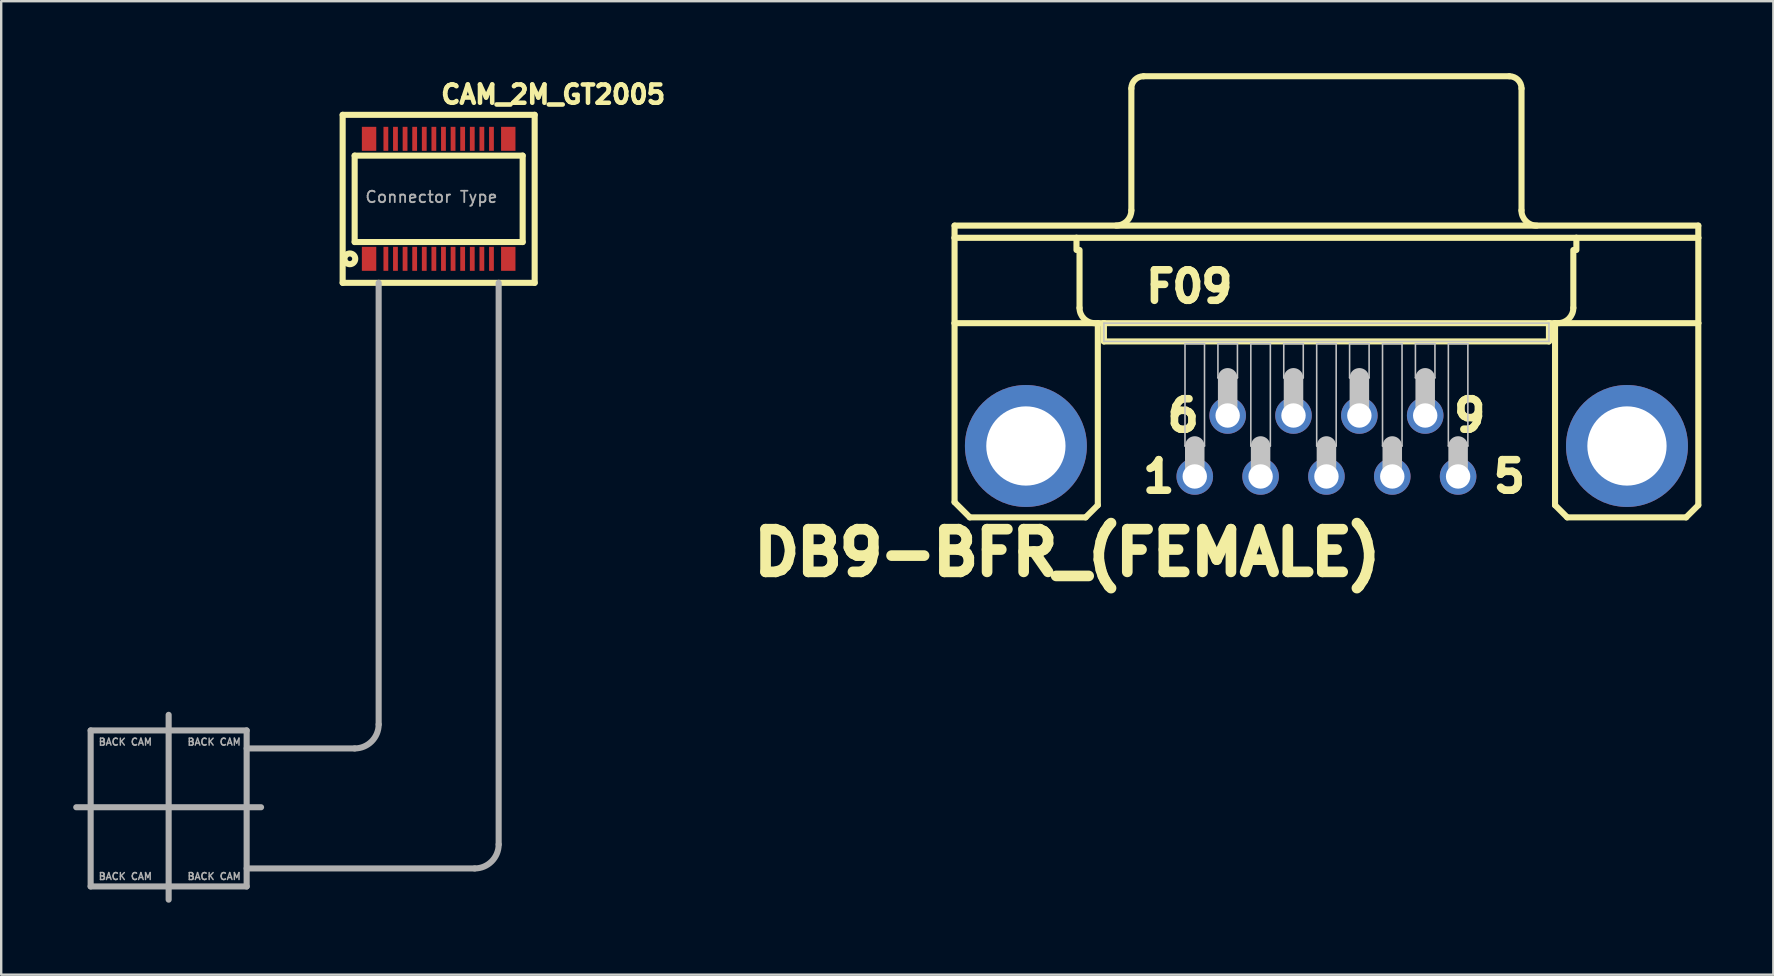
<source format=kicad_pcb>
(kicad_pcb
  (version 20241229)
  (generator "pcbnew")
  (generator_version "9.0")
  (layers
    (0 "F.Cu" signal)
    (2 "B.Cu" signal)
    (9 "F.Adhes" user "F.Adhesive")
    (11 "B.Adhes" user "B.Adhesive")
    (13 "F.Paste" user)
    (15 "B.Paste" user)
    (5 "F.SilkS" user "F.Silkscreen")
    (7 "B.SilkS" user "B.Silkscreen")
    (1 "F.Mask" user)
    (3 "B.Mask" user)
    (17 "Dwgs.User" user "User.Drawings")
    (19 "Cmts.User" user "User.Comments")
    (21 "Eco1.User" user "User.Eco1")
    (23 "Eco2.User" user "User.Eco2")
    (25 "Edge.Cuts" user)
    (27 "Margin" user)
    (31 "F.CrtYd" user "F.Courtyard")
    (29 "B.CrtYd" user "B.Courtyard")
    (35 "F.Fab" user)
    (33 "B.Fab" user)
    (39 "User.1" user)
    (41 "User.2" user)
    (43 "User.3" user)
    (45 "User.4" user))
  (footprint "DB9-BFR_(FEMALE)"
    (layer "F.Cu")
    (at 52.216 15.532)
    (property "Reference" "DB9-BFR_(FEMALE)" (at -10.795 4.445 0) (layer "F.SilkS") (effects (font (size 1.778 1.778) (thickness 0.445))))
    (attr through_hole)
    (fp_line (start -15.494 -9.182) (end 15.494 -9.182) (stroke (width 0.066) (type solid)) (layer "F.SilkS"))
    (fp_line (start -15.494 -9.182) (end 15.494 -9.182) (stroke (width 0.254) (type solid)) (layer "F.SilkS"))
    (fp_line (start -15.494 -8.674) (end -15.494 -9.182) (stroke (width 0.066) (type solid)) (layer "F.SilkS"))
    (fp_line (start -15.494 -8.674) (end -15.494 -9.182) (stroke (width 0.254) (type solid)) (layer "F.SilkS"))
    (fp_line (start -15.494 -8.674) (end -10.414 -8.674) (stroke (width 0.254) (type solid)) (layer "F.SilkS"))
    (fp_line (start -15.494 -8.674) (end 15.494 -8.674) (stroke (width 0.066) (type solid)) (layer "F.SilkS"))
    (fp_line (start -15.494 -5.118) (end -15.494 -8.674) (stroke (width 0.254) (type solid)) (layer "F.SilkS"))
    (fp_line (start -15.494 -5.118) (end -9.525 -5.118) (stroke (width 0.254) (type solid)) (layer "F.SilkS"))
    (fp_line (start -15.494 2.339) (end -15.494 -5.118) (stroke (width 0.254) (type solid)) (layer "F.SilkS"))
    (fp_line (start -14.859 2.974) (end -15.494 2.339) (stroke (width 0.254) (type solid)) (layer "F.SilkS"))
    (fp_line (start -10.414 -8.674) (end 10.414 -8.674) (stroke (width 0.254) (type solid)) (layer "F.SilkS"))
    (fp_line (start -10.414 -8.166) (end -10.414 -8.674) (stroke (width 0.254) (type solid)) (layer "F.SilkS"))
    (fp_line (start -10.414 -8.166) (end -10.287 -8.166) (stroke (width 0.152) (type solid)) (layer "F.SilkS"))
    (fp_line (start -10.287 -5.753) (end -10.287 -8.166) (stroke (width 0.254) (type solid)) (layer "F.SilkS"))
    (fp_line (start -10.033 2.974) (end -14.859 2.974) (stroke (width 0.254) (type solid)) (layer "F.SilkS"))
    (fp_line (start -10.033 2.974) (end -9.525 2.466) (stroke (width 0.254) (type solid)) (layer "F.SilkS"))
    (fp_line (start -9.525 -5.118) (end -9.271 -5.118) (stroke (width 0.254) (type solid)) (layer "F.SilkS"))
    (fp_line (start -9.525 2.466) (end -9.525 -5.118) (stroke (width 0.254) (type solid)) (layer "F.SilkS"))
    (fp_line (start -9.271 -5.118) (end -9.271 -4.356) (stroke (width 0.254) (type solid)) (layer "F.SilkS"))
    (fp_line (start -9.271 -5.118) (end 9.271 -5.118) (stroke (width 0.254) (type solid)) (layer "F.SilkS"))
    (fp_line (start -9.271 -4.356) (end 9.271 -4.356) (stroke (width 0.254) (type solid)) (layer "F.SilkS"))
    (fp_line (start -8.128 -9.817) (end -8.128 -14.897) (stroke (width 0.254) (type solid)) (layer "F.SilkS"))
    (fp_line (start -7.62 -15.405) (end 7.62 -15.405) (stroke (width 0.254) (type solid)) (layer "F.SilkS"))
    (fp_line (start 8.128 -9.817) (end 8.128 -14.897) (stroke (width 0.254) (type solid)) (layer "F.SilkS"))
    (fp_line (start 9.271 -5.118) (end 9.271 -4.356) (stroke (width 0.254) (type solid)) (layer "F.SilkS"))
    (fp_line (start 9.271 -5.118) (end 9.525 -5.118) (stroke (width 0.254) (type solid)) (layer "F.SilkS"))
    (fp_line (start 9.525 -5.118) (end 15.494 -5.118) (stroke (width 0.254) (type solid)) (layer "F.SilkS"))
    (fp_line (start 9.525 2.466) (end 9.525 -5.118) (stroke (width 0.254) (type solid)) (layer "F.SilkS"))
    (fp_line (start 9.525 2.466) (end 10.033 2.974) (stroke (width 0.254) (type solid)) (layer "F.SilkS"))
    (fp_line (start 10.033 2.974) (end 14.986 2.974) (stroke (width 0.254) (type solid)) (layer "F.SilkS"))
    (fp_line (start 10.287 -8.166) (end 10.414 -8.166) (stroke (width 0.152) (type solid)) (layer "F.SilkS"))
    (fp_line (start 10.287 -5.753) (end 10.287 -8.166) (stroke (width 0.254) (type solid)) (layer "F.SilkS"))
    (fp_line (start 10.414 -8.674) (end 15.494 -8.674) (stroke (width 0.254) (type solid)) (layer "F.SilkS"))
    (fp_line (start 10.414 -8.166) (end 10.414 -8.674) (stroke (width 0.254) (type solid)) (layer "F.SilkS"))
    (fp_line (start 14.986 2.974) (end 15.494 2.466) (stroke (width 0.254) (type solid)) (layer "F.SilkS"))
    (fp_line (start 15.494 -9.182) (end 15.494 -8.674) (stroke (width 0.254) (type solid)) (layer "F.SilkS"))
    (fp_line (start 15.494 -8.674) (end 15.494 -9.182) (stroke (width 0.066) (type solid)) (layer "F.SilkS"))
    (fp_line (start 15.494 -8.674) (end 15.494 -5.118) (stroke (width 0.254) (type solid)) (layer "F.SilkS"))
    (fp_line (start 15.494 2.466) (end 15.494 -5.118) (stroke (width 0.254) (type solid)) (layer "F.SilkS"))
    (fp_arc (start -9.652 -5.1181) (mid -10.101013 -5.304087) (end -10.287 -5.7531) (stroke (width 0.254) (type solid)) (layer "F.SilkS"))
    (fp_arc (start -8.128 -14.8971) (mid -7.97921 -15.25631) (end -7.62 -15.4051) (stroke (width 0.254) (type solid)) (layer "F.SilkS"))
    (fp_arc (start -8.128 -9.8171) (mid -8.313243 -9.369883) (end -8.76046 -9.18464) (stroke (width 0.254) (type solid)) (layer "F.SilkS"))
    (fp_arc (start 7.62 -15.4051) (mid 7.97921 -15.25631) (end 8.128 -14.8971) (stroke (width 0.254) (type solid)) (layer "F.SilkS"))
    (fp_arc (start 8.76046 -9.1821) (mid 8.311447 -9.368087) (end 8.12546 -9.8171) (stroke (width 0.254) (type solid)) (layer "F.SilkS"))
    (fp_arc (start 10.287 -5.7531) (mid 10.101013 -5.304087) (end 9.652 -5.1181) (stroke (width 0.254) (type solid)) (layer "F.SilkS"))
    (fp_line (start -9.271 -5.118) (end 9.271 -5.118) (stroke (width 0.066) (type solid)) (layer "Dwgs.User"))
    (fp_line (start -9.271 -4.356) (end -9.271 -5.118) (stroke (width 0.066) (type solid)) (layer "Dwgs.User"))
    (fp_line (start -9.271 -4.356) (end 9.271 -4.356) (stroke (width 0.066) (type solid)) (layer "Dwgs.User"))
    (fp_line (start -5.893 -4.26) (end -5.08 -4.26) (stroke (width 0.066) (type solid)) (layer "Dwgs.User"))
    (fp_line (start -5.893 0) (end -5.893 -4.26) (stroke (width 0.066) (type solid)) (layer "Dwgs.User"))
    (fp_line (start -5.893 0) (end -5.08 0) (stroke (width 0.066) (type solid)) (layer "Dwgs.User"))
    (fp_line (start -5.486 1.27) (end -5.486 0) (stroke (width 0.813) (type solid)) (layer "Dwgs.User"))
    (fp_line (start -5.08 0) (end -5.08 -4.26) (stroke (width 0.066) (type solid)) (layer "Dwgs.User"))
    (fp_line (start -4.521 -4.26) (end -3.708 -4.26) (stroke (width 0.066) (type solid)) (layer "Dwgs.User"))
    (fp_line (start -4.521 -2.84) (end -4.521 -4.26) (stroke (width 0.066) (type solid)) (layer "Dwgs.User"))
    (fp_line (start -4.521 -2.84) (end -3.708 -2.84) (stroke (width 0.066) (type solid)) (layer "Dwgs.User"))
    (fp_line (start -4.115 -1.27) (end -4.115 -2.84) (stroke (width 0.813) (type solid)) (layer "Dwgs.User"))
    (fp_line (start -3.708 -2.84) (end -3.708 -4.26) (stroke (width 0.066) (type solid)) (layer "Dwgs.User"))
    (fp_line (start -3.15 -4.26) (end -2.337 -4.26) (stroke (width 0.066) (type solid)) (layer "Dwgs.User"))
    (fp_line (start -3.15 0) (end -3.15 -4.26) (stroke (width 0.066) (type solid)) (layer "Dwgs.User"))
    (fp_line (start -3.15 0) (end -2.337 0) (stroke (width 0.066) (type solid)) (layer "Dwgs.User"))
    (fp_line (start -2.743 1.27) (end -2.743 0) (stroke (width 0.813) (type solid)) (layer "Dwgs.User"))
    (fp_line (start -2.337 0) (end -2.337 -4.26) (stroke (width 0.066) (type solid)) (layer "Dwgs.User"))
    (fp_line (start -1.778 -4.26) (end -0.965 -4.26) (stroke (width 0.066) (type solid)) (layer "Dwgs.User"))
    (fp_line (start -1.778 -2.84) (end -1.778 -4.26) (stroke (width 0.066) (type solid)) (layer "Dwgs.User"))
    (fp_line (start -1.778 -2.84) (end -0.965 -2.84) (stroke (width 0.066) (type solid)) (layer "Dwgs.User"))
    (fp_line (start -1.372 -1.27) (end -1.372 -2.84) (stroke (width 0.813) (type solid)) (layer "Dwgs.User"))
    (fp_line (start -0.965 -2.84) (end -0.965 -4.26) (stroke (width 0.066) (type solid)) (layer "Dwgs.User"))
    (fp_line (start -0.406 -4.26) (end 0.406 -4.26) (stroke (width 0.066) (type solid)) (layer "Dwgs.User"))
    (fp_line (start -0.406 0) (end -0.406 -4.26) (stroke (width 0.066) (type solid)) (layer "Dwgs.User"))
    (fp_line (start -0.406 0) (end 0.406 0) (stroke (width 0.066) (type solid)) (layer "Dwgs.User"))
    (fp_line (start 0 1.27) (end 0 0) (stroke (width 0.813) (type solid)) (layer "Dwgs.User"))
    (fp_line (start 0.406 0) (end 0.406 -4.26) (stroke (width 0.066) (type solid)) (layer "Dwgs.User"))
    (fp_line (start 0.965 -4.26) (end 1.778 -4.26) (stroke (width 0.066) (type solid)) (layer "Dwgs.User"))
    (fp_line (start 0.965 -2.84) (end 0.965 -4.26) (stroke (width 0.066) (type solid)) (layer "Dwgs.User"))
    (fp_line (start 0.965 -2.84) (end 1.778 -2.84) (stroke (width 0.066) (type solid)) (layer "Dwgs.User"))
    (fp_line (start 1.372 -1.27) (end 1.372 -2.84) (stroke (width 0.813) (type solid)) (layer "Dwgs.User"))
    (fp_line (start 1.778 -2.84) (end 1.778 -4.26) (stroke (width 0.066) (type solid)) (layer "Dwgs.User"))
    (fp_line (start 2.337 -4.26) (end 3.15 -4.26) (stroke (width 0.066) (type solid)) (layer "Dwgs.User"))
    (fp_line (start 2.337 0) (end 2.337 -4.26) (stroke (width 0.066) (type solid)) (layer "Dwgs.User"))
    (fp_line (start 2.337 0) (end 3.15 0) (stroke (width 0.066) (type solid)) (layer "Dwgs.User"))
    (fp_line (start 2.743 1.27) (end 2.743 0) (stroke (width 0.813) (type solid)) (layer "Dwgs.User"))
    (fp_line (start 3.15 0) (end 3.15 -4.26) (stroke (width 0.066) (type solid)) (layer "Dwgs.User"))
    (fp_line (start 3.708 -4.26) (end 4.521 -4.26) (stroke (width 0.066) (type solid)) (layer "Dwgs.User"))
    (fp_line (start 3.708 -2.84) (end 3.708 -4.26) (stroke (width 0.066) (type solid)) (layer "Dwgs.User"))
    (fp_line (start 3.708 -2.84) (end 4.521 -2.84) (stroke (width 0.066) (type solid)) (layer "Dwgs.User"))
    (fp_line (start 4.115 -1.27) (end 4.115 -2.84) (stroke (width 0.813) (type solid)) (layer "Dwgs.User"))
    (fp_line (start 4.521 -2.84) (end 4.521 -4.26) (stroke (width 0.066) (type solid)) (layer "Dwgs.User"))
    (fp_line (start 5.08 -4.26) (end 5.893 -4.26) (stroke (width 0.066) (type solid)) (layer "Dwgs.User"))
    (fp_line (start 5.08 0) (end 5.08 -4.26) (stroke (width 0.066) (type solid)) (layer "Dwgs.User"))
    (fp_line (start 5.08 0) (end 5.893 0) (stroke (width 0.066) (type solid)) (layer "Dwgs.User"))
    (fp_line (start 5.486 1.27) (end 5.486 0) (stroke (width 0.813) (type solid)) (layer "Dwgs.User"))
    (fp_line (start 5.893 0) (end 5.893 -4.26) (stroke (width 0.066) (type solid)) (layer "Dwgs.User"))
    (fp_line (start 9.271 -4.356) (end 9.271 -5.118) (stroke (width 0.066) (type solid)) (layer "Dwgs.User"))
    (fp_text user "9" (at 5.969 -1.27 0) (layer "F.SilkS") (effects (font (size 1.27 1.27) (thickness 0.318))))
    (fp_text user "5" (at 7.62 1.27 0) (layer "F.SilkS") (effects (font (size 1.27 1.27) (thickness 0.318))))
    (fp_text user "F09" (at -5.715 -6.642 0) (layer "F.SilkS") (effects (font (size 1.27 1.27) (thickness 0.318))))
    (fp_text user "6" (at -5.969 -1.27 0) (layer "F.SilkS") (effects (font (size 1.27 1.27) (thickness 0.318))))
    (fp_text user "1" (at -6.985 1.27 0) (layer "F.SilkS") (effects (font (size 1.27 1.27) (thickness 0.318))))
    (pad "1" thru_hole circle (at -5.486 1.27) (size 1.524 1.524) (drill 1.016) (layers "*.Cu" "*.Mask"))
    (pad "2" thru_hole circle (at -2.743 1.27) (size 1.524 1.524) (drill 1.016) (layers "*.Cu" "*.Mask"))
    (pad "3" thru_hole circle (at 0 1.27) (size 1.524 1.524) (drill 1.016) (layers "*.Cu" "*.Mask"))
    (pad "4" thru_hole circle (at 2.743 1.27) (size 1.524 1.524) (drill 1.016) (layers "*.Cu" "*.Mask"))
    (pad "5" thru_hole circle (at 5.486 1.27) (size 1.524 1.524) (drill 1.016) (layers "*.Cu" "*.Mask"))
    (pad "6" thru_hole circle (at -4.115 -1.27) (size 1.524 1.524) (drill 1.016) (layers "*.Cu" "*.Mask"))
    (pad "7" thru_hole circle (at -1.372 -1.27) (size 1.524 1.524) (drill 1.016) (layers "*.Cu" "*.Mask"))
    (pad "8" thru_hole circle (at 1.372 -1.27) (size 1.524 1.524) (drill 1.016) (layers "*.Cu" "*.Mask"))
    (pad "9" thru_hole circle (at 4.115 -1.27) (size 1.524 1.524) (drill 1.016) (layers "*.Cu" "*.Mask"))
    (pad "G1" thru_hole circle (at -12.522 0) (size 5.08 5.08) (drill 3.302) (layers "*.Cu" "*.Mask"))
    (pad "G2" thru_hole circle (at 12.522 0) (size 5.08 5.08) (drill 3.302) (layers "*.Cu" "*.Mask")))
  (footprint "CAM_2M_GT2005"
    (layer "F.Cu")
    (at 15.227 5.234)
    (property "Reference" "CAM_2M_GT2005" (at 0 -3.9 180) (layer "F.SilkS") (effects (font (size 0.762 0.762) (thickness 0.191)) (justify left bottom)))
    (attr smd)
    (fp_line (start -4 -3.5) (end 4 -3.5) (stroke (width 0.254) (type solid)) (layer "F.SilkS"))
    (fp_line (start -4 3.5) (end -4 -3.5) (stroke (width 0.254) (type solid)) (layer "F.SilkS"))
    (fp_line (start -3.5 -1.8) (end 3.5 -1.8) (stroke (width 0.254) (type solid)) (layer "F.SilkS"))
    (fp_line (start -3.5 1.8) (end -3.5 -1.8) (stroke (width 0.254) (type solid)) (layer "F.SilkS"))
    (fp_line (start 3.5 -1.8) (end 3.5 1.8) (stroke (width 0.254) (type solid)) (layer "F.SilkS"))
    (fp_line (start 3.5 1.8) (end -3.5 1.8) (stroke (width 0.254) (type solid)) (layer "F.SilkS"))
    (fp_line (start 4 -3.5) (end 4 3.5) (stroke (width 0.254) (type solid)) (layer "F.SilkS"))
    (fp_line (start 4 3.5) (end -4 3.5) (stroke (width 0.254) (type solid)) (layer "F.SilkS"))
    (fp_circle (center -3.7 2.5) (end -3.476 2.5) (stroke (width 0.254) (type solid)) (fill no) (layer "F.SilkS"))
    (fp_poly (pts (xy -2.305 -2) (xy -2.095 -2) (xy -2.095 -3) (xy -2.305 -3)) (stroke (width 0) (type solid)) (fill yes) (layer "F.Paste"))
    (fp_poly (pts (xy -2.305 3) (xy -2.095 3) (xy -2.095 2) (xy -2.305 2)) (stroke (width 0) (type solid)) (fill yes) (layer "F.Paste"))
    (fp_poly (pts (xy -1.905 -2) (xy -1.694 -2) (xy -1.694 -3) (xy -1.905 -3)) (stroke (width 0) (type solid)) (fill yes) (layer "F.Paste"))
    (fp_poly (pts (xy -1.905 3) (xy -1.694 3) (xy -1.694 2) (xy -1.905 2)) (stroke (width 0) (type solid)) (fill yes) (layer "F.Paste"))
    (fp_poly (pts (xy -1.506 -2) (xy -1.294 -2) (xy -1.294 -3) (xy -1.506 -3)) (stroke (width 0) (type solid)) (fill yes) (layer "F.Paste"))
    (fp_poly (pts (xy -1.506 3) (xy -1.294 3) (xy -1.294 2) (xy -1.506 2)) (stroke (width 0) (type solid)) (fill yes) (layer "F.Paste"))
    (fp_poly (pts (xy -1.105 -2) (xy -0.894 -2) (xy -0.894 -3) (xy -1.105 -3)) (stroke (width 0) (type solid)) (fill yes) (layer "F.Paste"))
    (fp_poly (pts (xy -1.105 3) (xy -0.894 3) (xy -0.894 2) (xy -1.105 2)) (stroke (width 0) (type solid)) (fill yes) (layer "F.Paste"))
    (fp_poly (pts (xy -0.706 -2) (xy -0.494 -2) (xy -0.494 -3) (xy -0.706 -3)) (stroke (width 0) (type solid)) (fill yes) (layer "F.Paste"))
    (fp_poly (pts (xy -0.706 3) (xy -0.494 3) (xy -0.494 2) (xy -0.706 2)) (stroke (width 0) (type solid)) (fill yes) (layer "F.Paste"))
    (fp_poly (pts (xy -0.305 -2) (xy -0.095 -2) (xy -0.095 -3) (xy -0.305 -3)) (stroke (width 0) (type solid)) (fill yes) (layer "F.Paste"))
    (fp_poly (pts (xy -0.305 3) (xy -0.095 3) (xy -0.095 2) (xy -0.305 2)) (stroke (width 0) (type solid)) (fill yes) (layer "F.Paste"))
    (fp_poly (pts (xy 0.095 -2) (xy 0.305 -2) (xy 0.305 -3) (xy 0.095 -3)) (stroke (width 0) (type solid)) (fill yes) (layer "F.Paste"))
    (fp_poly (pts (xy 0.095 3) (xy 0.305 3) (xy 0.305 2) (xy 0.095 2)) (stroke (width 0) (type solid)) (fill yes) (layer "F.Paste"))
    (fp_poly (pts (xy 0.494 -2) (xy 0.706 -2) (xy 0.706 -3) (xy 0.494 -3)) (stroke (width 0) (type solid)) (fill yes) (layer "F.Paste"))
    (fp_poly (pts (xy 0.494 3) (xy 0.706 3) (xy 0.706 2) (xy 0.494 2)) (stroke (width 0) (type solid)) (fill yes) (layer "F.Paste"))
    (fp_poly (pts (xy 0.894 -2) (xy 1.105 -2) (xy 1.105 -3) (xy 0.894 -3)) (stroke (width 0) (type solid)) (fill yes) (layer "F.Paste"))
    (fp_poly (pts (xy 0.894 3) (xy 1.105 3) (xy 1.105 2) (xy 0.894 2)) (stroke (width 0) (type solid)) (fill yes) (layer "F.Paste"))
    (fp_poly (pts (xy 1.294 -2) (xy 1.506 -2) (xy 1.506 -3) (xy 1.294 -3)) (stroke (width 0) (type solid)) (fill yes) (layer "F.Paste"))
    (fp_poly (pts (xy 1.294 3) (xy 1.506 3) (xy 1.506 2) (xy 1.294 2)) (stroke (width 0) (type solid)) (fill yes) (layer "F.Paste"))
    (fp_poly (pts (xy 1.694 -2) (xy 1.905 -2) (xy 1.905 -3) (xy 1.694 -3)) (stroke (width 0) (type solid)) (fill yes) (layer "F.Paste"))
    (fp_poly (pts (xy 1.694 3) (xy 1.905 3) (xy 1.905 2) (xy 1.694 2)) (stroke (width 0) (type solid)) (fill yes) (layer "F.Paste"))
    (fp_poly (pts (xy 2.095 -2) (xy 2.305 -2) (xy 2.305 -3) (xy 2.095 -3)) (stroke (width 0) (type solid)) (fill yes) (layer "F.Paste"))
    (fp_poly (pts (xy 2.095 3) (xy 2.305 3) (xy 2.305 2) (xy 2.095 2)) (stroke (width 0) (type solid)) (fill yes) (layer "F.Paste"))
    (fp_line (start -14.5 22.15) (end -8 22.15) (stroke (width 0.254) (type solid)) (layer "F.Fab"))
    (fp_line (start -14.5 28.65) (end -14.5 22.15) (stroke (width 0.254) (type solid)) (layer "F.Fab"))
    (fp_line (start -11.25 21.5) (end -11.25 29.2) (stroke (width 0.254) (type solid)) (layer "F.Fab"))
    (fp_line (start -8 22.15) (end -8 28.65) (stroke (width 0.254) (type solid)) (layer "F.Fab"))
    (fp_line (start -8 22.9) (end -3.5 22.9) (stroke (width 0.254) (type solid)) (layer "F.Fab"))
    (fp_line (start -8 28.65) (end -14.5 28.65) (stroke (width 0.254) (type solid)) (layer "F.Fab"))
    (fp_line (start -7.4 25.35) (end -15.1 25.35) (stroke (width 0.254) (type solid)) (layer "F.Fab"))
    (fp_line (start -2.5 21.9) (end -2.5 3.5) (stroke (width 0.254) (type solid)) (layer "F.Fab"))
    (fp_line (start 1.5 27.9) (end -8 27.9) (stroke (width 0.254) (type solid)) (layer "F.Fab"))
    (fp_line (start 2.5 3.5) (end 2.5 26.9) (stroke (width 0.254) (type solid)) (layer "F.Fab"))
    (fp_arc (start -2.5 21.9) (mid -2.792893 22.607107) (end -3.5 22.9) (stroke (width 0.254) (type solid)) (layer "F.Fab"))
    (fp_arc (start 2.5 26.9) (mid 2.207107 27.607107) (end 1.5 27.9) (stroke (width 0.254) (type solid)) (layer "F.Fab"))
    (fp_text user "BACK CAM" (at -14.2 28.4 0) (layer "F.Fab") (effects (font (size 0.29 0.29) (thickness 0.061)) (justify left bottom)))
    (fp_text user "BACK CAM" (at -14.2 22.8 0) (layer "F.Fab") (effects (font (size 0.29 0.29) (thickness 0.061)) (justify left bottom)))
    (fp_text user "BACK CAM" (at -10.5 28.4 0) (layer "F.Fab") (effects (font (size 0.29 0.29) (thickness 0.061)) (justify left bottom)))
    (fp_text user "Connector Type" (at -3.1 0.2 0) (layer "F.Fab") (effects (font (size 0.475 0.475) (thickness 0.075)) (justify left bottom)))
    (fp_text user "BACK CAM" (at -10.5 22.8 0) (layer "F.Fab") (effects (font (size 0.29 0.29) (thickness 0.061)) (justify left bottom)))
    (pad "1" smd rect (at -2.2 2.5 90) (size 1 0.2) (layers "F.Cu" "F.Mask"))
    (pad "2" smd rect (at -2.2 -2.5 90) (size 1 0.2) (layers "F.Cu" "F.Mask"))
    (pad "3" smd rect (at -1.8 2.5 90) (size 1 0.2) (layers "F.Cu" "F.Mask"))
    (pad "4" smd rect (at -1.8 -2.5 90) (size 1 0.2) (layers "F.Cu" "F.Mask"))
    (pad "5" smd rect (at -1.4 2.5 90) (size 1 0.2) (layers "F.Cu" "F.Mask"))
    (pad "6" smd rect (at -1.4 -2.5 90) (size 1 0.2) (layers "F.Cu" "F.Mask"))
    (pad "7" smd rect (at -1 2.5 90) (size 1 0.2) (layers "F.Cu" "F.Mask"))
    (pad "8" smd rect (at -1 -2.5 90) (size 1 0.2) (layers "F.Cu" "F.Mask"))
    (pad "9" smd rect (at -0.6 2.5 90) (size 1 0.2) (layers "F.Cu" "F.Mask"))
    (pad "10" smd rect (at -0.6 -2.5 90) (size 1 0.2) (layers "F.Cu" "F.Mask"))
    (pad "11" smd rect (at -0.2 2.5 90) (size 1 0.2) (layers "F.Cu" "F.Mask"))
    (pad "12" smd rect (at -0.2 -2.5 90) (size 1 0.2) (layers "F.Cu" "F.Mask"))
    (pad "13" smd rect (at 0.2 2.5 90) (size 1 0.2) (layers "F.Cu" "F.Mask"))
    (pad "14" smd rect (at 0.2 -2.5 90) (size 1 0.2) (layers "F.Cu" "F.Mask"))
    (pad "15" smd rect (at 0.6 2.5 90) (size 1 0.2) (layers "F.Cu" "F.Mask"))
    (pad "16" smd rect (at 0.6 -2.5 90) (size 1 0.2) (layers "F.Cu" "F.Mask"))
    (pad "17" smd rect (at 1 2.5 90) (size 1 0.2) (layers "F.Cu" "F.Mask"))
    (pad "18" smd rect (at 1 -2.5 90) (size 1 0.2) (layers "F.Cu" "F.Mask"))
    (pad "19" smd rect (at 1.4 2.5 90) (size 1 0.2) (layers "F.Cu" "F.Mask"))
    (pad "20" smd rect (at 1.4 -2.5 90) (size 1 0.2) (layers "F.Cu" "F.Mask"))
    (pad "21" smd rect (at 1.8 2.5 90) (size 1 0.2) (layers "F.Cu" "F.Mask"))
    (pad "22" smd rect (at 1.8 -2.5 90) (size 1 0.2) (layers "F.Cu" "F.Mask"))
    (pad "23" smd rect (at 2.2 2.5 90) (size 1 0.2) (layers "F.Cu" "F.Mask"))
    (pad "24" smd rect (at 2.2 -2.5 90) (size 1 0.2) (layers "F.Cu" "F.Mask"))
    (pad "MP1" smd rect (at -2.9 2.5 90) (size 1 0.6) (layers "F.Cu" "F.Mask" "F.Paste"))
    (pad "MP2" smd rect (at -2.9 -2.5 90) (size 1 0.6) (layers "F.Cu" "F.Mask" "F.Paste"))
    (pad "MP3" smd rect (at 2.9 2.5 90) (size 1 0.6) (layers "F.Cu" "F.Mask" "F.Paste"))
    (pad "MP4" smd rect (at 2.9 -2.5 90) (size 1 0.6) (layers "F.Cu" "F.Mask" "F.Paste")))
  (gr_rect
    (start -3 -3)
    (end 70.837 37.56)
    (stroke (width 0.1) (type default))
    (fill no)
    (layer "Edge.Cuts")))
</source>
